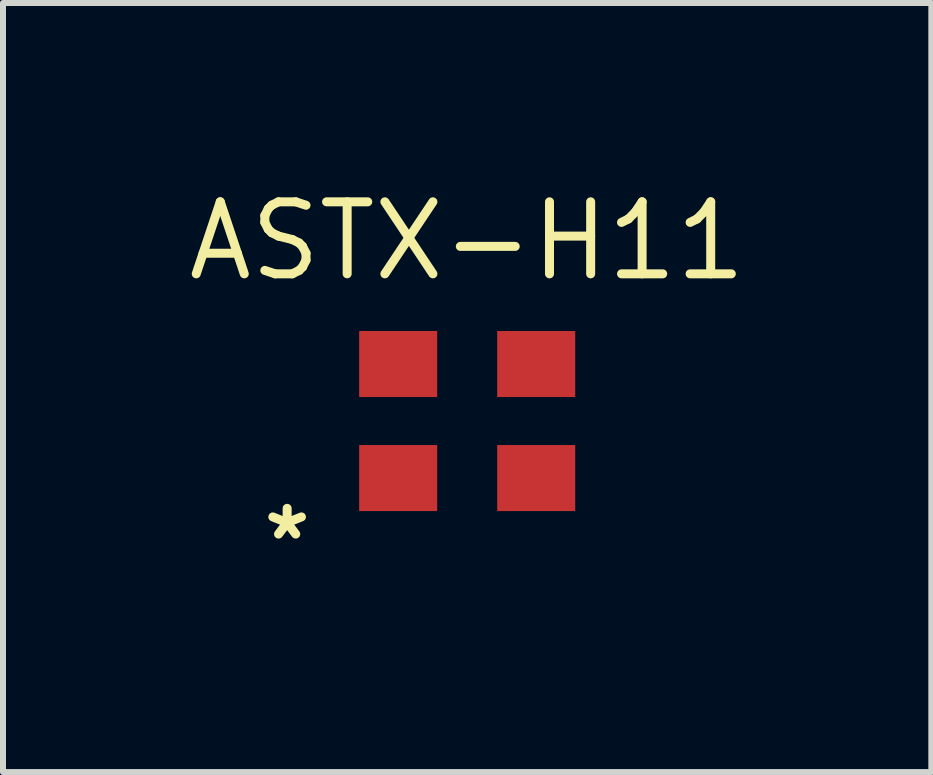
<source format=kicad_pcb>
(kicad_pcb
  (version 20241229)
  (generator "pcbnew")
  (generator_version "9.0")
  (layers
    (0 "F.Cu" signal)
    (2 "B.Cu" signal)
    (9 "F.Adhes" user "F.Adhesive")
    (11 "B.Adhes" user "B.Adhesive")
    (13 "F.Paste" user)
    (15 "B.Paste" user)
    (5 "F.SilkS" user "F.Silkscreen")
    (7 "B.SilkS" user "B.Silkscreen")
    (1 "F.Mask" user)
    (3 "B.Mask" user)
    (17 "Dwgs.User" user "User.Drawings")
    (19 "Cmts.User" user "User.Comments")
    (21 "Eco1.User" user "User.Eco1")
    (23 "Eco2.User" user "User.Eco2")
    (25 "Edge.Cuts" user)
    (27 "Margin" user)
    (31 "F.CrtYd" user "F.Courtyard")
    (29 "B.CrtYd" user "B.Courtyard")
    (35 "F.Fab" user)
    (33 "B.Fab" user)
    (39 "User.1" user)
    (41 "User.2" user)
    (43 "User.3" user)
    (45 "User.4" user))
  (footprint "ASTX-H11"
    (layer "F.Cu")
    (at 4.734 3.965)
    (property "Reference" "ASTX-H11" (at 0 -3 180) (layer "F.SilkS") (effects (font (size 1.2 1.2) (thickness 0.15))))
    (attr through_hole)
    (fp_text user "*" (at -3 2 0) (layer "F.SilkS") (effects (font (size 1 1) (thickness 0.15))))
    (pad "1" smd rect (at -1.15 0.95) (size 1.3 1.1) (layers "F.Cu" "F.Mask" "F.Paste"))
    (pad "2" smd rect (at 1.15 0.95) (size 1.3 1.1) (layers "F.Cu" "F.Mask" "F.Paste"))
    (pad "3" smd rect (at 1.15 -0.95) (size 1.3 1.1) (layers "F.Cu" "F.Mask" "F.Paste"))
    (pad "4" smd rect (at -1.15 -0.95) (size 1.3 1.1) (layers "F.Cu" "F.Mask" "F.Paste")))
  (gr_rect
    (start -3 -3)
    (end 12.467 9.813)
    (stroke (width 0.1) (type default))
    (fill no)
    (layer "Edge.Cuts")))
</source>
